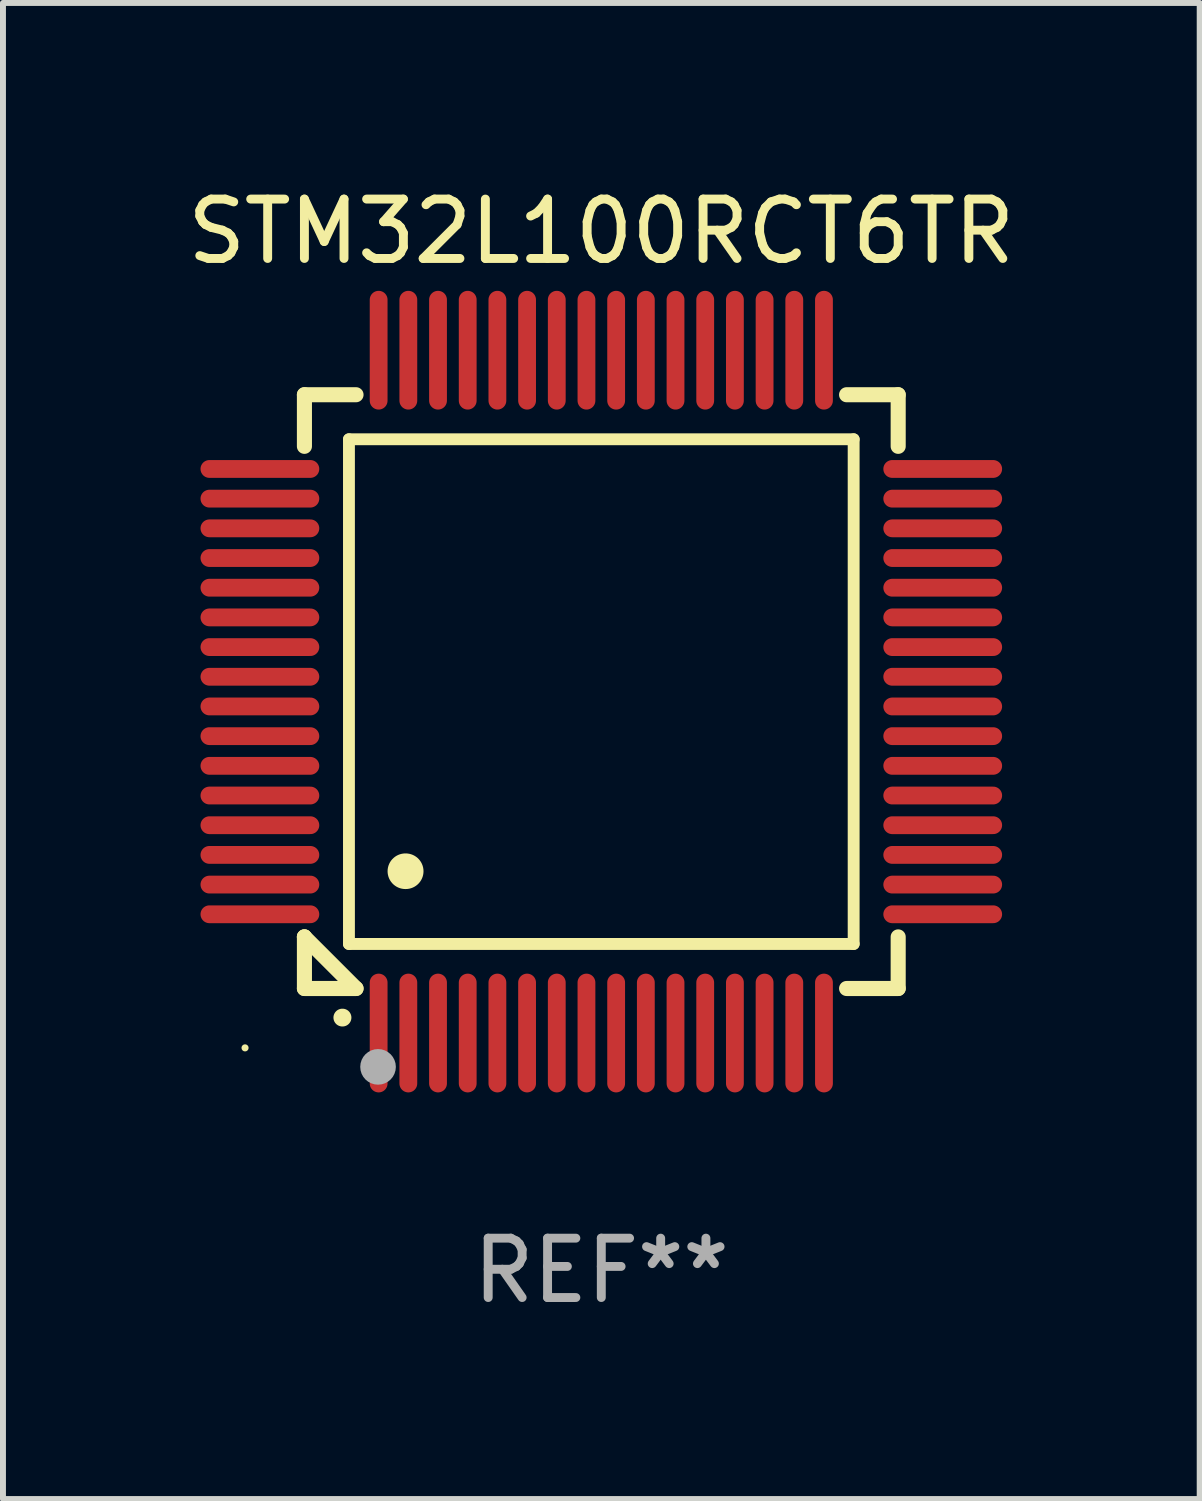
<source format=kicad_pcb>
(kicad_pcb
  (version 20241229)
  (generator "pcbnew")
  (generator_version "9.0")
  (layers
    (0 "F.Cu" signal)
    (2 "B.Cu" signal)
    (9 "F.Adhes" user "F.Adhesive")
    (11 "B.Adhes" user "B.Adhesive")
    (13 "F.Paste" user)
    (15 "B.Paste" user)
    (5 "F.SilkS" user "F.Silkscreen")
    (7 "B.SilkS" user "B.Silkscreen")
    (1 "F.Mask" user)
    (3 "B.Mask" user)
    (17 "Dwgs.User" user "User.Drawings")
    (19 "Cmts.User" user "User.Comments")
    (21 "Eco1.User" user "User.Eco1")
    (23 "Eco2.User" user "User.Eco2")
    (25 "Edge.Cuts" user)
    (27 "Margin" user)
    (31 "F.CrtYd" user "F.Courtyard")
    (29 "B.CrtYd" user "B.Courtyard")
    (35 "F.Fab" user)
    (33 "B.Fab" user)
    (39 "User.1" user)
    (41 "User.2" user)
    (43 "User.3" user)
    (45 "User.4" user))
  (footprint "STM32L100RCT6TR"
    (layer "F.Cu")
    (at 7.077 8.598)
    (property "Reference" "STM32L100RCT6TR" (at 0 -7.75 0) (layer "F.SilkS") (effects (font (size 1 1) (thickness 0.15))))
    (attr through_hole)
    (fp_line (start -5 -5) (end -4.131 -5) (stroke (width 0.254) (type solid)) (layer "F.SilkS"))
    (fp_line (start -5 -4.131) (end -5 -5) (stroke (width 0.254) (type solid)) (layer "F.SilkS"))
    (fp_line (start -5 4.131) (end -5 4.131) (stroke (width 0.254) (type solid)) (layer "F.SilkS"))
    (fp_line (start -5 5) (end -5 4.131) (stroke (width 0.254) (type solid)) (layer "F.SilkS"))
    (fp_line (start -5 4.131) (end -4.131 5) (stroke (width 0.254) (type solid)) (layer "F.SilkS"))
    (fp_line (start -4.25 -4.25) (end -4.25 4.25) (stroke (width 0.2) (type solid)) (layer "F.SilkS"))
    (fp_line (start -4.25 4.25) (end 4.25 4.25) (stroke (width 0.2) (type solid)) (layer "F.SilkS"))
    (fp_line (start -4.131 5) (end -5 5) (stroke (width 0.254) (type solid)) (layer "F.SilkS"))
    (fp_line (start 4.25 -4.25) (end -4.25 -4.25) (stroke (width 0.2) (type solid)) (layer "F.SilkS"))
    (fp_line (start 4.25 4.25) (end 4.25 -4.25) (stroke (width 0.2) (type solid)) (layer "F.SilkS"))
    (fp_line (start 5 -5) (end 4.131 -5) (stroke (width 0.254) (type solid)) (layer "F.SilkS"))
    (fp_line (start 5 -5) (end 5 -4.131) (stroke (width 0.254) (type solid)) (layer "F.SilkS"))
    (fp_line (start 5 4.131) (end 5 5) (stroke (width 0.254) (type solid)) (layer "F.SilkS"))
    (fp_line (start 5 5) (end 4.131 5) (stroke (width 0.254) (type solid)) (layer "F.SilkS"))
    (fp_arc (start -4.361265 5.489992) (mid -4.359995 5.489987) (end -4.358725 5.489992) (stroke (width 0.3) (type solid)) (layer "F.SilkS"))
    (fp_arc (start -3.299467 3.025146) (mid -3.296927 3.025135) (end -3.294387 3.025146) (stroke (width 0.6) (type solid)) (layer "F.SilkS"))
    (fp_circle (center -6 6) (end -5.97 6) (stroke (width 0.06) (type solid)) (fill no) (layer "F.SilkS"))
    (fp_circle (center -3.76 6.32) (end -3.61 6.32) (stroke (width 0.3) (type solid)) (fill no) (layer "F.Fab"))
    (fp_text user "REF**" (at 0 9.75 0) (layer "F.Fab") (effects (font (size 1 1) (thickness 0.15))))
    (pad "1" smd oval (at -3.75 5.75) (size 0.3 2) (layers "F.Cu" "F.Mask" "F.Paste"))
    (pad "2" smd oval (at -3.25 5.75) (size 0.3 2) (layers "F.Cu" "F.Mask" "F.Paste"))
    (pad "3" smd oval (at -2.75 5.75) (size 0.3 2) (layers "F.Cu" "F.Mask" "F.Paste"))
    (pad "4" smd oval (at -2.25 5.75) (size 0.3 2) (layers "F.Cu" "F.Mask" "F.Paste"))
    (pad "5" smd oval (at -1.75 5.75) (size 0.3 2) (layers "F.Cu" "F.Mask" "F.Paste"))
    (pad "6" smd oval (at -1.25 5.75) (size 0.3 2) (layers "F.Cu" "F.Mask" "F.Paste"))
    (pad "7" smd oval (at -0.75 5.75) (size 0.3 2) (layers "F.Cu" "F.Mask" "F.Paste"))
    (pad "8" smd oval (at -0.25 5.75) (size 0.3 2) (layers "F.Cu" "F.Mask" "F.Paste"))
    (pad "9" smd oval (at 0.25 5.75) (size 0.3 2) (layers "F.Cu" "F.Mask" "F.Paste"))
    (pad "10" smd oval (at 0.75 5.75) (size 0.3 2) (layers "F.Cu" "F.Mask" "F.Paste"))
    (pad "11" smd oval (at 1.25 5.75) (size 0.3 2) (layers "F.Cu" "F.Mask" "F.Paste"))
    (pad "12" smd oval (at 1.75 5.75) (size 0.3 2) (layers "F.Cu" "F.Mask" "F.Paste"))
    (pad "13" smd oval (at 2.25 5.75) (size 0.3 2) (layers "F.Cu" "F.Mask" "F.Paste"))
    (pad "14" smd oval (at 2.75 5.75) (size 0.3 2) (layers "F.Cu" "F.Mask" "F.Paste"))
    (pad "15" smd oval (at 3.25 5.75) (size 0.3 2) (layers "F.Cu" "F.Mask" "F.Paste"))
    (pad "16" smd oval (at 3.75 5.75) (size 0.3 2) (layers "F.Cu" "F.Mask" "F.Paste"))
    (pad "17" smd oval (at 5.75 3.75) (size 2 0.3) (layers "F.Cu" "F.Mask" "F.Paste"))
    (pad "18" smd oval (at 5.75 3.25) (size 2 0.3) (layers "F.Cu" "F.Mask" "F.Paste"))
    (pad "19" smd oval (at 5.75 2.75) (size 2 0.3) (layers "F.Cu" "F.Mask" "F.Paste"))
    (pad "20" smd oval (at 5.75 2.25) (size 2 0.3) (layers "F.Cu" "F.Mask" "F.Paste"))
    (pad "21" smd oval (at 5.75 1.75) (size 2 0.3) (layers "F.Cu" "F.Mask" "F.Paste"))
    (pad "22" smd oval (at 5.75 1.25) (size 2 0.3) (layers "F.Cu" "F.Mask" "F.Paste"))
    (pad "23" smd oval (at 5.75 0.75) (size 2 0.3) (layers "F.Cu" "F.Mask" "F.Paste"))
    (pad "24" smd oval (at 5.75 0.25) (size 2 0.3) (layers "F.Cu" "F.Mask" "F.Paste"))
    (pad "25" smd oval (at 5.75 -0.25) (size 2 0.3) (layers "F.Cu" "F.Mask" "F.Paste"))
    (pad "26" smd oval (at 5.75 -0.75) (size 2 0.3) (layers "F.Cu" "F.Mask" "F.Paste"))
    (pad "27" smd oval (at 5.75 -1.25) (size 2 0.3) (layers "F.Cu" "F.Mask" "F.Paste"))
    (pad "28" smd oval (at 5.75 -1.75) (size 2 0.3) (layers "F.Cu" "F.Mask" "F.Paste"))
    (pad "29" smd oval (at 5.75 -2.25) (size 2 0.3) (layers "F.Cu" "F.Mask" "F.Paste"))
    (pad "30" smd oval (at 5.75 -2.75) (size 2 0.3) (layers "F.Cu" "F.Mask" "F.Paste"))
    (pad "31" smd oval (at 5.75 -3.25) (size 2 0.3) (layers "F.Cu" "F.Mask" "F.Paste"))
    (pad "32" smd oval (at 5.75 -3.75) (size 2 0.3) (layers "F.Cu" "F.Mask" "F.Paste"))
    (pad "33" smd oval (at 3.75 -5.75) (size 0.3 2) (layers "F.Cu" "F.Mask" "F.Paste"))
    (pad "34" smd oval (at 3.25 -5.75) (size 0.3 2) (layers "F.Cu" "F.Mask" "F.Paste"))
    (pad "35" smd oval (at 2.75 -5.75) (size 0.3 2) (layers "F.Cu" "F.Mask" "F.Paste"))
    (pad "36" smd oval (at 2.25 -5.75) (size 0.3 2) (layers "F.Cu" "F.Mask" "F.Paste"))
    (pad "37" smd oval (at 1.75 -5.75) (size 0.3 2) (layers "F.Cu" "F.Mask" "F.Paste"))
    (pad "38" smd oval (at 1.25 -5.75) (size 0.3 2) (layers "F.Cu" "F.Mask" "F.Paste"))
    (pad "39" smd oval (at 0.75 -5.75) (size 0.3 2) (layers "F.Cu" "F.Mask" "F.Paste"))
    (pad "40" smd oval (at 0.25 -5.75) (size 0.3 2) (layers "F.Cu" "F.Mask" "F.Paste"))
    (pad "41" smd oval (at -0.25 -5.75) (size 0.3 2) (layers "F.Cu" "F.Mask" "F.Paste"))
    (pad "42" smd oval (at -0.75 -5.75) (size 0.3 2) (layers "F.Cu" "F.Mask" "F.Paste"))
    (pad "43" smd oval (at -1.25 -5.75) (size 0.3 2) (layers "F.Cu" "F.Mask" "F.Paste"))
    (pad "44" smd oval (at -1.75 -5.75) (size 0.3 2) (layers "F.Cu" "F.Mask" "F.Paste"))
    (pad "45" smd oval (at -2.25 -5.75) (size 0.3 2) (layers "F.Cu" "F.Mask" "F.Paste"))
    (pad "46" smd oval (at -2.75 -5.75) (size 0.3 2) (layers "F.Cu" "F.Mask" "F.Paste"))
    (pad "47" smd oval (at -3.25 -5.75) (size 0.3 2) (layers "F.Cu" "F.Mask" "F.Paste"))
    (pad "48" smd oval (at -3.75 -5.75) (size 0.3 2) (layers "F.Cu" "F.Mask" "F.Paste"))
    (pad "49" smd oval (at -5.75 -3.75) (size 2 0.3) (layers "F.Cu" "F.Mask" "F.Paste"))
    (pad "50" smd oval (at -5.75 -3.25) (size 2 0.3) (layers "F.Cu" "F.Mask" "F.Paste"))
    (pad "51" smd oval (at -5.75 -2.75) (size 2 0.3) (layers "F.Cu" "F.Mask" "F.Paste"))
    (pad "52" smd oval (at -5.75 -2.25) (size 2 0.3) (layers "F.Cu" "F.Mask" "F.Paste"))
    (pad "53" smd oval (at -5.75 -1.75) (size 2 0.3) (layers "F.Cu" "F.Mask" "F.Paste"))
    (pad "54" smd oval (at -5.75 -1.25) (size 2 0.3) (layers "F.Cu" "F.Mask" "F.Paste"))
    (pad "55" smd oval (at -5.75 -0.75) (size 2 0.3) (layers "F.Cu" "F.Mask" "F.Paste"))
    (pad "56" smd oval (at -5.75 -0.25) (size 2 0.3) (layers "F.Cu" "F.Mask" "F.Paste"))
    (pad "57" smd oval (at -5.75 0.25) (size 2 0.3) (layers "F.Cu" "F.Mask" "F.Paste"))
    (pad "58" smd oval (at -5.75 0.75) (size 2 0.3) (layers "F.Cu" "F.Mask" "F.Paste"))
    (pad "59" smd oval (at -5.75 1.25) (size 2 0.3) (layers "F.Cu" "F.Mask" "F.Paste"))
    (pad "60" smd oval (at -5.75 1.75) (size 2 0.3) (layers "F.Cu" "F.Mask" "F.Paste"))
    (pad "61" smd oval (at -5.75 2.25) (size 2 0.3) (layers "F.Cu" "F.Mask" "F.Paste"))
    (pad "62" smd oval (at -5.75 2.75) (size 2 0.3) (layers "F.Cu" "F.Mask" "F.Paste"))
    (pad "63" smd oval (at -5.75 3.25) (size 2 0.3) (layers "F.Cu" "F.Mask" "F.Paste"))
    (pad "64" smd oval (at -5.75 3.75) (size 2 0.3) (layers "F.Cu" "F.Mask" "F.Paste")))
  (gr_rect
    (start -3 -3)
    (end 17.155 22.196)
    (stroke (width 0.1) (type default))
    (fill no)
    (layer "Edge.Cuts")))
</source>
